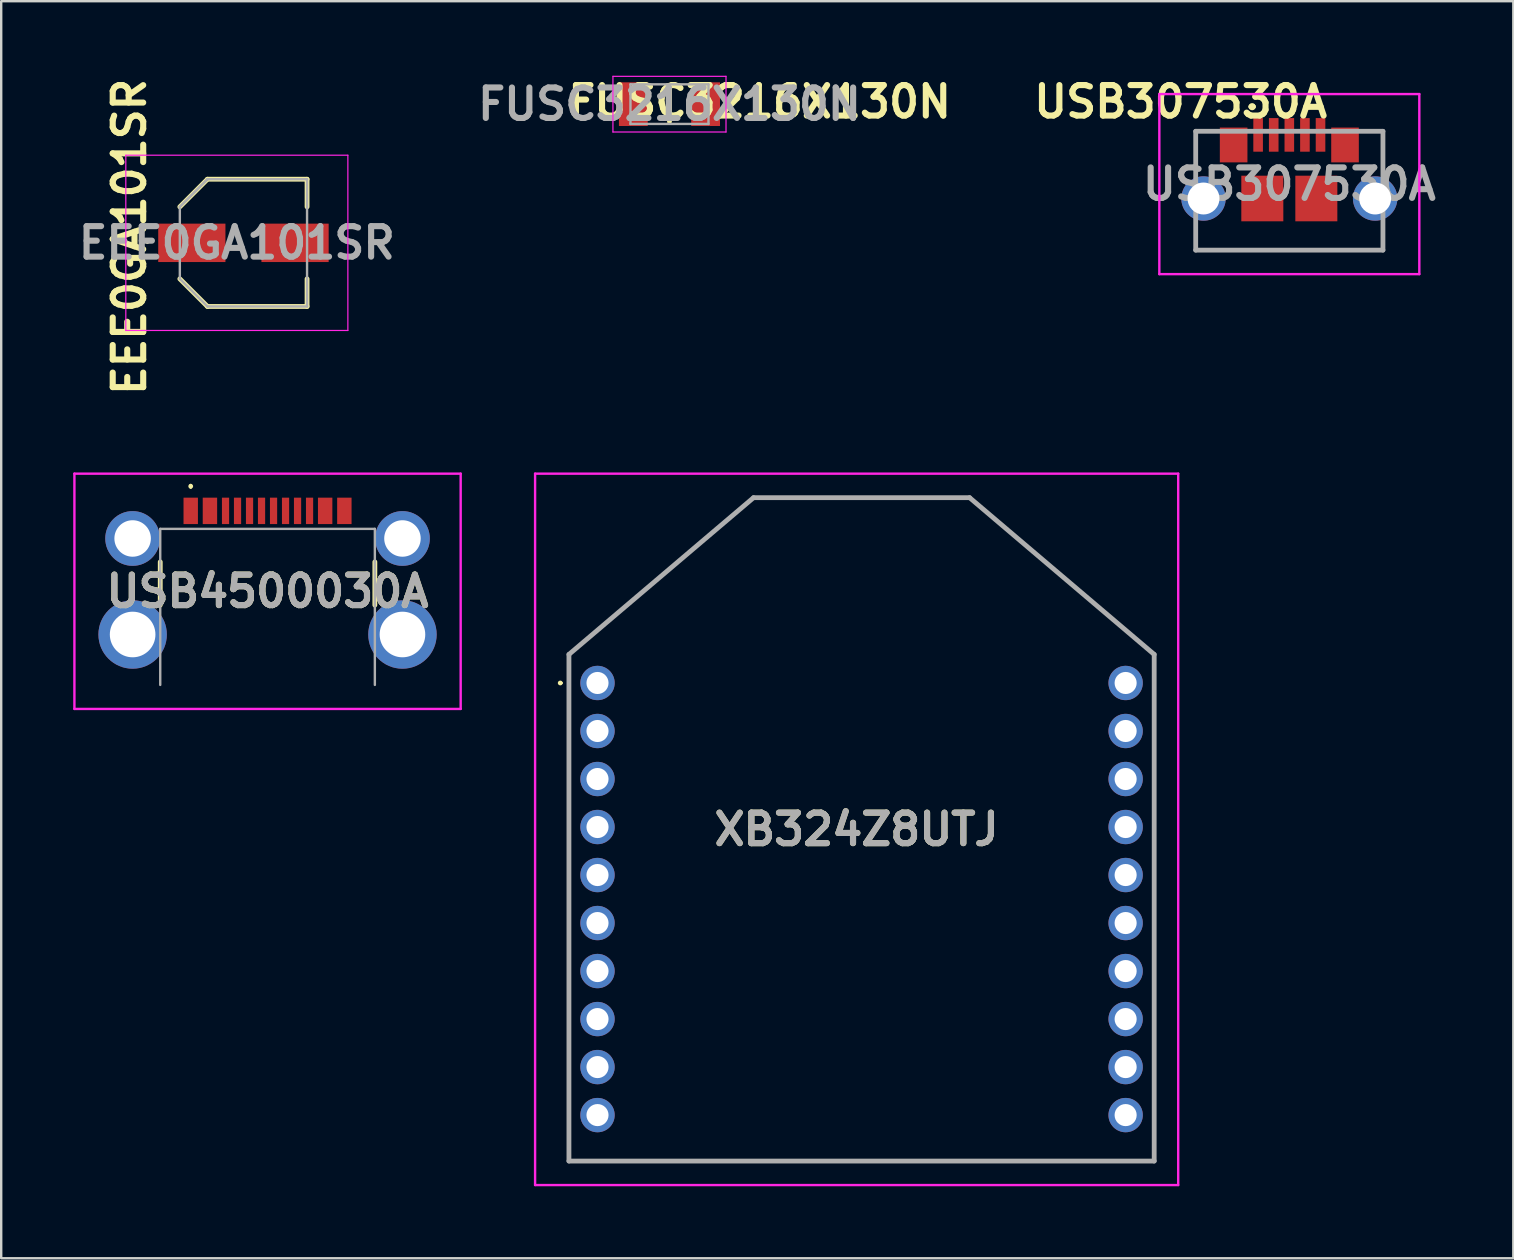
<source format=kicad_pcb>
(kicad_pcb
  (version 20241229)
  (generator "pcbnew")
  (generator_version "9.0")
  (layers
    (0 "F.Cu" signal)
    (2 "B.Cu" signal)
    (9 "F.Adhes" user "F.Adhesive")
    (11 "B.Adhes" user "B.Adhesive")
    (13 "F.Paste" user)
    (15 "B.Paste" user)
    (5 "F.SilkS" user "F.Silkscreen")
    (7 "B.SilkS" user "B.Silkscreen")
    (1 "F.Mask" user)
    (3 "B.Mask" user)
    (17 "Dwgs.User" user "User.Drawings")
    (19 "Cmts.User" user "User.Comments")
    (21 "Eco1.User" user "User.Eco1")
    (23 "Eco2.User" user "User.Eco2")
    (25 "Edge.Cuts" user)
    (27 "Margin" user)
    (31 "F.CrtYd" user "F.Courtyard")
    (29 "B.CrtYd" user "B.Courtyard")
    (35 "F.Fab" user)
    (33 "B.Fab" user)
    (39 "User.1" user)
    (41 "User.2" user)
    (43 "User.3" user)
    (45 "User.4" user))
  (footprint "FUSC3216X130N"
    (layer "F.Cu")
    (at 24.838 1.289)
    (property "Reference" "FUSC3216X130N" (at 3.754 -0.1 0) (layer "F.SilkS") (effects (font (size 1.27 1.27) (thickness 0.254))))
    (attr smd)
    (fp_line (start 0 -0.725) (end 0 0.725) (stroke (width 0.2) (type solid)) (layer "F.SilkS"))
    (fp_line (start -2.355 -1.16) (end 2.355 -1.16) (stroke (width 0.05) (type solid)) (layer "F.CrtYd"))
    (fp_line (start -2.355 1.16) (end -2.355 -1.16) (stroke (width 0.05) (type solid)) (layer "F.CrtYd"))
    (fp_line (start 2.355 -1.16) (end 2.355 1.16) (stroke (width 0.05) (type solid)) (layer "F.CrtYd"))
    (fp_line (start 2.355 1.16) (end -2.355 1.16) (stroke (width 0.05) (type solid)) (layer "F.CrtYd"))
    (fp_line (start -1.625 -0.825) (end 1.625 -0.825) (stroke (width 0.1) (type solid)) (layer "F.Fab"))
    (fp_line (start -1.625 0.825) (end -1.625 -0.825) (stroke (width 0.1) (type solid)) (layer "F.Fab"))
    (fp_line (start 1.625 -0.825) (end 1.625 0.825) (stroke (width 0.1) (type solid)) (layer "F.Fab"))
    (fp_line (start 1.625 0.825) (end -1.625 0.825) (stroke (width 0.1) (type solid)) (layer "F.Fab"))
    (fp_text user "${REFERENCE}" (at 0 0 0) (layer "F.Fab") (effects (font (size 1.27 1.27) (thickness 0.254))))
    (pad "1" smd rect (at -1.505 0) (size 1.2 1.82) (layers "F.Cu" "F.Mask" "F.Paste"))
    (pad "2" smd rect (at 1.505 0) (size 1.2 1.82) (layers "F.Cu" "F.Mask" "F.Paste")))
  (footprint "USB4500030A"
    (layer "F.Cu")
    (at 8.095 22.231)
    (property "Reference" "USB4500030A" (at 0 -0.65 0) (layer "F.SilkS") (effects (font (size 1.27 1.27) (thickness 0.254))))
    (attr through_hole)
    (fp_line (start -4.47 -1.875) (end -4.47 -0.075) (stroke (width 0.2) (type solid)) (layer "F.SilkS"))
    (fp_line (start -3.2 -5.075) (end -3.2 -5.075) (stroke (width 0.1) (type solid)) (layer "F.SilkS"))
    (fp_line (start -3.2 -4.975) (end -3.2 -4.975) (stroke (width 0.1) (type solid)) (layer "F.SilkS"))
    (fp_line (start 4.47 -1.875) (end 4.47 -0.075) (stroke (width 0.2) (type solid)) (layer "F.SilkS"))
    (fp_arc (start -3.2 -5.075) (mid -3.15 -5.025) (end -3.2 -4.975) (stroke (width 0.1) (type solid)) (layer "F.SilkS"))
    (fp_arc (start -3.2 -4.975) (mid -3.25 -5.025) (end -3.2 -5.075) (stroke (width 0.1) (type solid)) (layer "F.SilkS"))
    (fp_line (start -8.045 -5.55) (end 8.045 -5.55) (stroke (width 0.1) (type solid)) (layer "F.CrtYd"))
    (fp_line (start -8.045 4.25) (end -8.045 -5.55) (stroke (width 0.1) (type solid)) (layer "F.CrtYd"))
    (fp_line (start 8.045 -5.55) (end 8.045 4.25) (stroke (width 0.1) (type solid)) (layer "F.CrtYd"))
    (fp_line (start 8.045 4.25) (end -8.045 4.25) (stroke (width 0.1) (type solid)) (layer "F.CrtYd"))
    (fp_line (start -4.47 -3.25) (end 4.47 -3.25) (stroke (width 0.1) (type solid)) (layer "F.Fab"))
    (fp_line (start -4.47 3.25) (end -4.47 -3.25) (stroke (width 0.1) (type solid)) (layer "F.Fab"))
    (fp_line (start 4.47 -3.25) (end 4.47 3.25) (stroke (width 0.1) (type solid)) (layer "F.Fab"))
    (fp_text user "${REFERENCE}" (at 0 -0.65 0) (layer "F.Fab") (effects (font (size 1.27 1.27) (thickness 0.254))))
    (pad "A1" smd rect (at -3.2 -4) (size 0.6 1.1) (layers "F.Cu" "F.Mask" "F.Paste"))
    (pad "A4" smd rect (at -2.4 -4) (size 0.6 1.1) (layers "F.Cu" "F.Mask" "F.Paste"))
    (pad "A5" smd rect (at -1.25 -4) (size 0.3 1.1) (layers "F.Cu" "F.Mask" "F.Paste"))
    (pad "A6" smd rect (at -0.25 -4) (size 0.3 1.1) (layers "F.Cu" "F.Mask" "F.Paste"))
    (pad "A7" smd rect (at 0.25 -4) (size 0.3 1.1) (layers "F.Cu" "F.Mask" "F.Paste"))
    (pad "A8" smd rect (at 1.25 -4) (size 0.3 1.1) (layers "F.Cu" "F.Mask" "F.Paste"))
    (pad "A9" smd rect (at 2.4 -4) (size 0.6 1.1) (layers "F.Cu" "F.Mask" "F.Paste"))
    (pad "A12" smd rect (at 3.2 -4) (size 0.6 1.1) (layers "F.Cu" "F.Mask" "F.Paste"))
    (pad "B5" smd rect (at 1.75 -4) (size 0.3 1.1) (layers "F.Cu" "F.Mask" "F.Paste"))
    (pad "B6" smd rect (at 0.75 -4) (size 0.3 1.1) (layers "F.Cu" "F.Mask" "F.Paste"))
    (pad "B7" smd rect (at -0.75 -4) (size 0.3 1.1) (layers "F.Cu" "F.Mask" "F.Paste"))
    (pad "B8" smd rect (at -1.75 -4) (size 0.3 1.1) (layers "F.Cu" "F.Mask" "F.Paste"))
    (pad "SHIELD" thru_hole circle (at -5.62 -2.85) (size 2.28 2.28) (drill 1.52) (layers "*.Cu" "*.Mask"))
    (pad "SHIELD" thru_hole circle (at -5.62 1.15) (size 2.85 2.85) (drill 1.9) (layers "*.Cu" "*.Mask"))
    (pad "SHIELD" thru_hole circle (at 5.62 -2.85) (size 2.28 2.28) (drill 1.52) (layers "*.Cu" "*.Mask"))
    (pad "SHIELD" thru_hole circle (at 5.62 1.15) (size 2.85 2.85) (drill 1.9) (layers "*.Cu" "*.Mask")))
  (footprint "USB307530A"
    (layer "F.Cu")
    (at 50.659 5.219)
    (property "Reference" "USB307530A" (at -4.529 -4.03 0) (layer "F.SilkS") (effects (font (size 1.27 1.27) (thickness 0.254))))
    (attr through_hole exclude_from_pos_files allow_missing_courtyard)
    (fp_line (start -3.9 -2.8) (end -3.9 -1) (stroke (width 0.1) (type solid)) (layer "F.SilkS"))
    (fp_line (start -3.9 1) (end -3.9 2.15) (stroke (width 0.1) (type solid)) (layer "F.SilkS"))
    (fp_line (start -3.9 2.15) (end 3.9 2.15) (stroke (width 0.1) (type solid)) (layer "F.SilkS"))
    (fp_line (start -3.425 -2.8) (end -3.9 -2.8) (stroke (width 0.1) (type solid)) (layer "F.SilkS"))
    (fp_line (start -1.6 -3.825) (end -1.6 -3.825) (stroke (width 0.2) (type solid)) (layer "F.SilkS"))
    (fp_line (start -1.5 -3.825) (end -1.5 -3.825) (stroke (width 0.2) (type solid)) (layer "F.SilkS"))
    (fp_line (start 3.075 -2.8) (end 3.9 -2.8) (stroke (width 0.1) (type solid)) (layer "F.SilkS"))
    (fp_line (start 3.9 -2.8) (end 3.9 -1) (stroke (width 0.1) (type solid)) (layer "F.SilkS"))
    (fp_line (start 3.9 2.15) (end 3.9 1) (stroke (width 0.1) (type solid)) (layer "F.SilkS"))
    (fp_arc (start -1.6 -3.825) (mid -1.55 -3.875) (end -1.5 -3.825) (stroke (width 0.2) (type solid)) (layer "F.SilkS"))
    (fp_arc (start -1.5 -3.825) (mid -1.55 -3.775) (end -1.6 -3.825) (stroke (width 0.2) (type solid)) (layer "F.SilkS"))
    (fp_line (start -5.415 -4.35) (end 5.415 -4.35) (stroke (width 0.1) (type solid)) (layer "F.CrtYd"))
    (fp_line (start -5.415 3.15) (end -5.415 -4.35) (stroke (width 0.1) (type solid)) (layer "F.CrtYd"))
    (fp_line (start 5.415 -4.35) (end 5.415 3.15) (stroke (width 0.1) (type solid)) (layer "F.CrtYd"))
    (fp_line (start 5.415 3.15) (end -5.415 3.15) (stroke (width 0.1) (type solid)) (layer "F.CrtYd"))
    (fp_line (start -3.9 -2.8) (end 3.9 -2.8) (stroke (width 0.2) (type solid)) (layer "F.Fab"))
    (fp_line (start -3.9 2.15) (end -3.9 -2.8) (stroke (width 0.2) (type solid)) (layer "F.Fab"))
    (fp_line (start 3.9 -2.8) (end 3.9 2.15) (stroke (width 0.2) (type solid)) (layer "F.Fab"))
    (fp_line (start 3.9 2.15) (end -3.9 2.15) (stroke (width 0.2) (type solid)) (layer "F.Fab"))
    (fp_text user "${REFERENCE}" (at 0 -0.6 0) (layer "F.Fab") (effects (font (size 1.27 1.27) (thickness 0.254))))
    (pad "1" smd rect (at -1.3 -2.65) (size 0.4 1.4) (layers "F.Cu" "F.Mask" "F.Paste"))
    (pad "2" smd rect (at -0.65 -2.65) (size 0.4 1.4) (layers "F.Cu" "F.Mask" "F.Paste"))
    (pad "3" smd rect (at 0 -2.65) (size 0.4 1.4) (layers "F.Cu" "F.Mask" "F.Paste"))
    (pad "4" smd rect (at 0.65 -2.65) (size 0.4 1.4) (layers "F.Cu" "F.Mask" "F.Paste"))
    (pad "5" smd rect (at 1.3 -2.65) (size 0.4 1.4) (layers "F.Cu" "F.Mask" "F.Paste"))
    (pad "MH1" thru_hole circle (at -3.575 0) (size 1.85 1.85) (drill 1.329) (layers "*.Cu" "*.Mask"))
    (pad "MH2" thru_hole circle (at 3.575 0) (size 1.85 1.85) (drill 1.329) (layers "*.Cu" "*.Mask"))
    (pad "MP1" smd rect (at -1.125 0) (size 1.75 1.9) (layers "F.Cu" "F.Mask" "F.Paste"))
    (pad "MP2" smd rect (at 1.125 0) (size 1.75 1.9) (layers "F.Cu" "F.Mask" "F.Paste"))
    (pad "MP3" smd rect (at -2.32 -2.23) (size 1.15 1.45) (layers "F.Cu" "F.Mask" "F.Paste"))
    (pad "MP4" smd rect (at 2.32 -2.23) (size 1.15 1.45) (layers "F.Cu" "F.Mask" "F.Paste")))
  (footprint "EEE0GA101SR"
    (layer "F.Cu")
    (at 7.091 7.066)
    (property "Reference" "EEE0GA101SR" (at -4.75 -0.25 90) (layer "F.SilkS") (effects (font (size 1.27 1.27) (thickness 0.254))))
    (attr smd allow_missing_courtyard)
    (fp_line (start -4.025 0) (end -4.025 0) (stroke (width 0.05) (type solid)) (layer "F.SilkS"))
    (fp_line (start -3.975 0) (end -3.975 0) (stroke (width 0.05) (type solid)) (layer "F.SilkS"))
    (fp_line (start -2.65 -1.5) (end -1.5 -2.65) (stroke (width 0.2) (type solid)) (layer "F.SilkS"))
    (fp_line (start -2.65 1.5) (end -1.5 2.65) (stroke (width 0.2) (type solid)) (layer "F.SilkS"))
    (fp_line (start -1.5 -2.65) (end 2.65 -2.65) (stroke (width 0.2) (type solid)) (layer "F.SilkS"))
    (fp_line (start -1.5 2.65) (end 2.65 2.65) (stroke (width 0.2) (type solid)) (layer "F.SilkS"))
    (fp_line (start 2.65 -2.65) (end 2.65 -1.5) (stroke (width 0.2) (type solid)) (layer "F.SilkS"))
    (fp_line (start 2.65 2.65) (end 2.65 1.5) (stroke (width 0.2) (type solid)) (layer "F.SilkS"))
    (fp_arc (start -4.025 0) (mid -4 -0.025) (end -3.975 0) (stroke (width 0.05) (type solid)) (layer "F.SilkS"))
    (fp_arc (start -3.975 0) (mid -4 0.025) (end -4.025 0) (stroke (width 0.05) (type solid)) (layer "F.SilkS"))
    (fp_line (start -4.9 -3.65) (end 4.35 -3.65) (stroke (width 0.05) (type solid)) (layer "F.CrtYd"))
    (fp_line (start -4.9 3.65) (end -4.9 -3.65) (stroke (width 0.05) (type solid)) (layer "F.CrtYd"))
    (fp_line (start 4.35 -3.65) (end 4.35 3.65) (stroke (width 0.05) (type solid)) (layer "F.CrtYd"))
    (fp_line (start 4.35 3.65) (end -4.9 3.65) (stroke (width 0.05) (type solid)) (layer "F.CrtYd"))
    (fp_line (start -2.65 -1.5) (end -1.5 -2.65) (stroke (width 0.1) (type solid)) (layer "F.Fab"))
    (fp_line (start -2.65 -1.5) (end -1.5 -2.65) (stroke (width 0.1) (type solid)) (layer "F.Fab"))
    (fp_line (start -2.65 1.5) (end -2.65 -1.5) (stroke (width 0.1) (type solid)) (layer "F.Fab"))
    (fp_line (start -1.5 -2.65) (end 2.65 -2.65) (stroke (width 0.1) (type solid)) (layer "F.Fab"))
    (fp_line (start -1.5 2.65) (end -2.65 1.5) (stroke (width 0.1) (type solid)) (layer "F.Fab"))
    (fp_line (start 2.65 -2.65) (end 2.65 2.65) (stroke (width 0.1) (type solid)) (layer "F.Fab"))
    (fp_line (start 2.65 2.65) (end -1.5 2.65) (stroke (width 0.1) (type solid)) (layer "F.Fab"))
    (fp_text user "${REFERENCE}" (at -0.275 0 0) (layer "F.Fab") (effects (font (size 1.27 1.27) (thickness 0.254))))
    (pad "1" smd rect (at -2.15 0 90) (size 1.6 2.8) (layers "F.Cu" "F.Mask" "F.Paste"))
    (pad "2" smd rect (at 2.15 0 90) (size 1.6 2.8) (layers "F.Cu" "F.Mask" "F.Paste")))
  (footprint "XB324Z8UTJ"
    (layer "F.Cu")
    (at 21.84 25.401)
    (property "Reference" "XB324Z8UTJ" (at 10.795 6.097 180) (layer "F.SilkS") (effects (font (size 1.27 1.27) (thickness 0.254))))
    (attr through_hole exclude_from_pos_files allow_missing_courtyard)
    (fp_line (start -1.6 0) (end -1.6 0) (stroke (width 0.1) (type solid)) (layer "F.SilkS"))
    (fp_line (start -1.5 0) (end -1.5 0) (stroke (width 0.1) (type solid)) (layer "F.SilkS"))
    (fp_line (start -1.19 -1.19) (end -1.19 19.914) (stroke (width 0.1) (type solid)) (layer "F.SilkS"))
    (fp_line (start -1.19 19.914) (end 23.19 19.914) (stroke (width 0.1) (type solid)) (layer "F.SilkS"))
    (fp_line (start 6.5 -7.72) (end -1.19 -1.19) (stroke (width 0.1) (type solid)) (layer "F.SilkS"))
    (fp_line (start 15.5 -7.72) (end 6.5 -7.72) (stroke (width 0.1) (type solid)) (layer "F.SilkS"))
    (fp_line (start 23.19 -1.19) (end 15.5 -7.72) (stroke (width 0.1) (type solid)) (layer "F.SilkS"))
    (fp_line (start 23.19 19.914) (end 23.19 -1.19) (stroke (width 0.1) (type solid)) (layer "F.SilkS"))
    (fp_arc (start -1.6 0) (mid -1.55 -0.05) (end -1.5 0) (stroke (width 0.1) (type solid)) (layer "F.SilkS"))
    (fp_arc (start -1.5 0) (mid -1.55 0.05) (end -1.6 0) (stroke (width 0.1) (type solid)) (layer "F.SilkS"))
    (fp_line (start -2.6 -8.72) (end 24.19 -8.72) (stroke (width 0.1) (type solid)) (layer "F.CrtYd"))
    (fp_line (start -2.6 20.914) (end -2.6 -8.72) (stroke (width 0.1) (type solid)) (layer "F.CrtYd"))
    (fp_line (start 24.19 -8.72) (end 24.19 20.914) (stroke (width 0.1) (type solid)) (layer "F.CrtYd"))
    (fp_line (start 24.19 20.914) (end -2.6 20.914) (stroke (width 0.1) (type solid)) (layer "F.CrtYd"))
    (fp_line (start -1.19 -1.19) (end -1.19 19.914) (stroke (width 0.2) (type solid)) (layer "F.Fab"))
    (fp_line (start -1.19 19.914) (end 23.19 19.914) (stroke (width 0.2) (type solid)) (layer "F.Fab"))
    (fp_line (start 6.5 -7.72) (end -1.19 -1.19) (stroke (width 0.2) (type solid)) (layer "F.Fab"))
    (fp_line (start 15.5 -7.72) (end 6.5 -7.72) (stroke (width 0.2) (type solid)) (layer "F.Fab"))
    (fp_line (start 23.19 -1.19) (end 15.5 -7.72) (stroke (width 0.2) (type solid)) (layer "F.Fab"))
    (fp_line (start 23.19 19.914) (end 23.19 -1.19) (stroke (width 0.2) (type solid)) (layer "F.Fab"))
    (fp_text user "${REFERENCE}" (at 10.795 6.097 180) (layer "F.Fab") (effects (font (size 1.27 1.27) (thickness 0.254))))
    (pad "1" thru_hole circle (at 0 0) (size 1.431 1.431) (drill 0.92) (layers "*.Cu" "*.Mask"))
    (pad "2" thru_hole circle (at 0 2) (size 1.431 1.431) (drill 0.92) (layers "*.Cu" "*.Mask"))
    (pad "3" thru_hole circle (at 0 4) (size 1.431 1.431) (drill 0.92) (layers "*.Cu" "*.Mask"))
    (pad "4" thru_hole circle (at 0 6) (size 1.431 1.431) (drill 0.92) (layers "*.Cu" "*.Mask"))
    (pad "5" thru_hole circle (at 0 8) (size 1.431 1.431) (drill 0.92) (layers "*.Cu" "*.Mask"))
    (pad "6" thru_hole circle (at 0 10) (size 1.431 1.431) (drill 0.92) (layers "*.Cu" "*.Mask"))
    (pad "7" thru_hole circle (at 0 12) (size 1.431 1.431) (drill 0.92) (layers "*.Cu" "*.Mask"))
    (pad "8" thru_hole circle (at 0 14) (size 1.431 1.431) (drill 0.92) (layers "*.Cu" "*.Mask"))
    (pad "9" thru_hole circle (at 0 16) (size 1.431 1.431) (drill 0.92) (layers "*.Cu" "*.Mask"))
    (pad "10" thru_hole circle (at 0 18) (size 1.431 1.431) (drill 0.92) (layers "*.Cu" "*.Mask"))
    (pad "11" thru_hole circle (at 22 18) (size 1.431 1.431) (drill 0.92) (layers "*.Cu" "*.Mask"))
    (pad "12" thru_hole circle (at 22 16) (size 1.431 1.431) (drill 0.92) (layers "*.Cu" "*.Mask"))
    (pad "13" thru_hole circle (at 22 14) (size 1.431 1.431) (drill 0.92) (layers "*.Cu" "*.Mask"))
    (pad "14" thru_hole circle (at 22 12) (size 1.431 1.431) (drill 0.92) (layers "*.Cu" "*.Mask"))
    (pad "15" thru_hole circle (at 22 10) (size 1.431 1.431) (drill 0.92) (layers "*.Cu" "*.Mask"))
    (pad "16" thru_hole circle (at 22 8) (size 1.431 1.431) (drill 0.92) (layers "*.Cu" "*.Mask"))
    (pad "17" thru_hole circle (at 22 6) (size 1.431 1.431) (drill 0.92) (layers "*.Cu" "*.Mask"))
    (pad "18" thru_hole circle (at 22 4) (size 1.431 1.431) (drill 0.92) (layers "*.Cu" "*.Mask"))
    (pad "19" thru_hole circle (at 22 2) (size 1.431 1.431) (drill 0.92) (layers "*.Cu" "*.Mask"))
    (pad "20" thru_hole circle (at 22 0) (size 1.431 1.431) (drill 0.92) (layers "*.Cu" "*.Mask")))
  (gr_rect
    (start -3 -3)
    (end 59.99 49.365)
    (stroke (width 0.1) (type default))
    (fill no)
    (layer "Edge.Cuts")))
</source>
